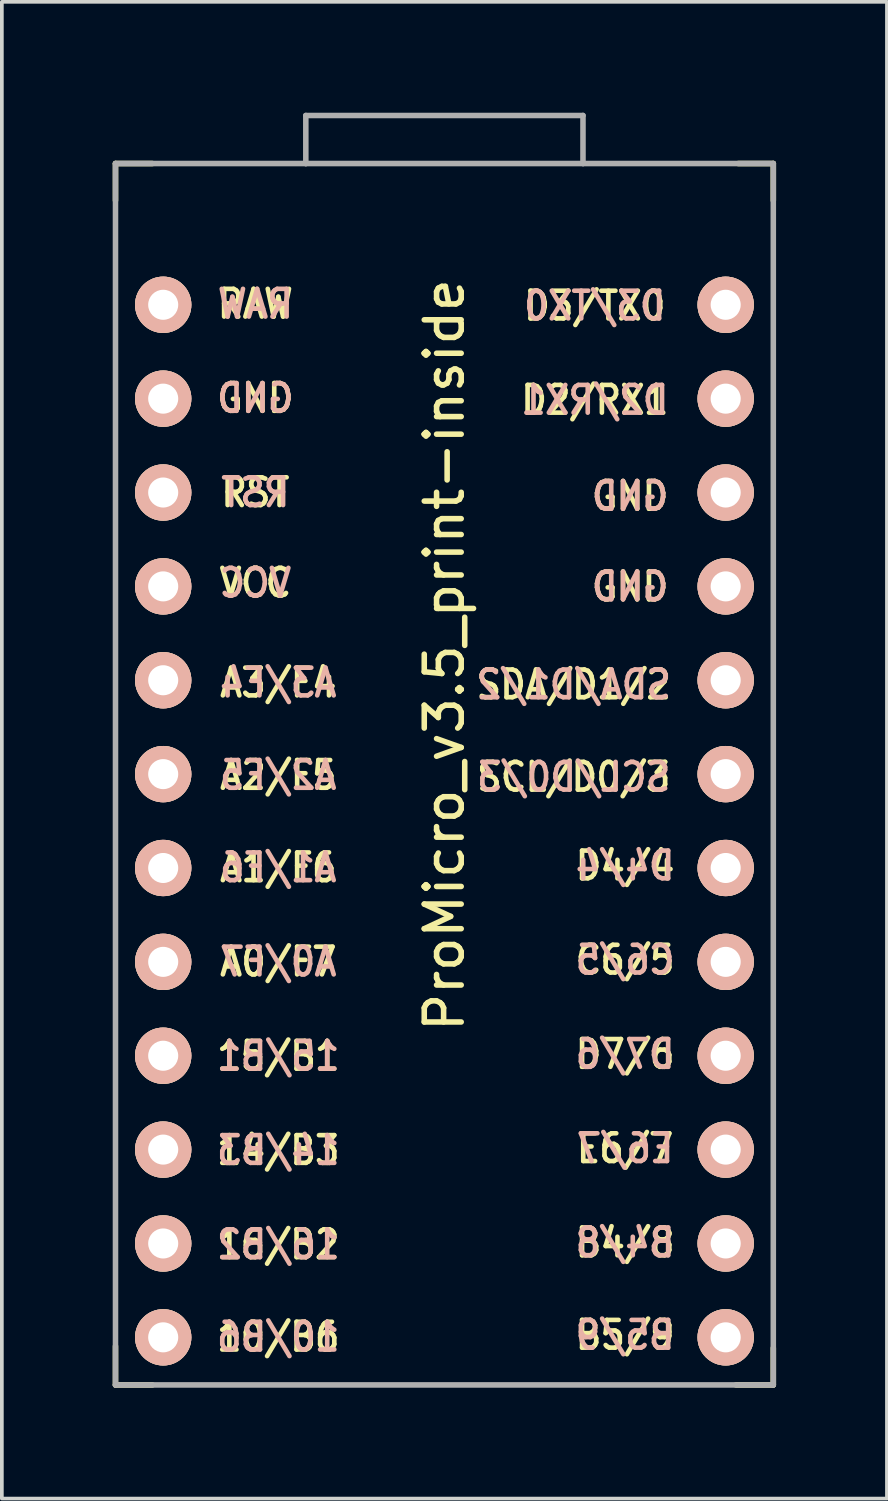
<source format=kicad_pcb>
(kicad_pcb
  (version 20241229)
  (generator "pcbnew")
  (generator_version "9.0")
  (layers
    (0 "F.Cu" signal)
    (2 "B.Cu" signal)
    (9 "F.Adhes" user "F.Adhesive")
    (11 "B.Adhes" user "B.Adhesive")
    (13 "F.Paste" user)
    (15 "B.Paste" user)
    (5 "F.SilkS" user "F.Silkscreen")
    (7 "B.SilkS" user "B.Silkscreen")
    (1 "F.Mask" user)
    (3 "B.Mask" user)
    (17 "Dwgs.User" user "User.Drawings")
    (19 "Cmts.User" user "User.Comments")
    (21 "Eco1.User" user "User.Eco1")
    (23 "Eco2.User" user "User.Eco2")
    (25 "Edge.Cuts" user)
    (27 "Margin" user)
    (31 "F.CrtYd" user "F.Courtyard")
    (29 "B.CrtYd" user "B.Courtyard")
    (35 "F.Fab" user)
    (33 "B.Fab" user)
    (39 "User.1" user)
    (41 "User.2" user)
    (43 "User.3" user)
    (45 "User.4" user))
  (footprint "ProMicro_v3.5_print-inside"
    (layer "F.Cu")
    (at 8.975 19.675)
    (property "Reference" "ProMicro_v3.5_print-inside" (at 0 -5 270) (layer "F.SilkS") (effects (font (size 1 1) (thickness 0.15))))
    (attr through_hole)
    (fp_line (start -8.9 -18.3) (end -8.9 -17.3) (stroke (width 0.15) (type solid)) (layer "F.SilkS"))
    (fp_line (start -8.9 -18.3) (end -7.9 -18.3) (stroke (width 0.15) (type solid)) (layer "F.SilkS"))
    (fp_line (start -8.9 13.7) (end -8.9 14.75) (stroke (width 0.15) (type solid)) (layer "F.SilkS"))
    (fp_line (start -8.9 14.75) (end -7.9 14.75) (stroke (width 0.15) (type solid)) (layer "F.SilkS"))
    (fp_line (start 8.9 -18.3) (end 7.95 -18.3) (stroke (width 0.15) (type solid)) (layer "F.SilkS"))
    (fp_line (start 8.9 -18.3) (end 8.9 -17.3) (stroke (width 0.15) (type solid)) (layer "F.SilkS"))
    (fp_line (start 8.9 13.75) (end 8.9 14.75) (stroke (width 0.15) (type solid)) (layer "F.SilkS"))
    (fp_line (start 8.9 14.75) (end 7.89 14.75) (stroke (width 0.15) (type solid)) (layer "F.SilkS"))
    (fp_line (start -8.9 -18.3) (end -3.75 -18.3) (stroke (width 0.15) (type solid)) (layer "F.Fab"))
    (fp_line (start -8.9 14.75) (end -8.9 -18.3) (stroke (width 0.15) (type solid)) (layer "F.Fab"))
    (fp_line (start -3.75 -19.6) (end -3.75 -18.299) (stroke (width 0.15) (type solid)) (layer "F.Fab"))
    (fp_line (start -3.75 -19.6) (end 3.75 -19.6) (stroke (width 0.15) (type solid)) (layer "F.Fab"))
    (fp_line (start -3.75 -18.3) (end 3.75 -18.3) (stroke (width 0.15) (type solid)) (layer "F.Fab"))
    (fp_line (start 3.75 -19.6) (end 3.75 -18.3) (stroke (width 0.15) (type solid)) (layer "F.Fab"))
    (fp_line (start 3.76 -18.3) (end 8.9 -18.3) (stroke (width 0.15) (type solid)) (layer "F.Fab"))
    (fp_line (start 8.9 -18.3) (end 8.9 14.75) (stroke (width 0.15) (type solid)) (layer "F.Fab"))
    (fp_line (start 8.9 14.75) (end -8.9 14.75) (stroke (width 0.15) (type solid)) (layer "F.Fab"))
    (fp_text user "C6/5" (at 4.89 3.25 0) (unlocked yes) (layer "F.SilkS") (effects (font (size 0.75 0.67) (thickness 0.125))))
    (fp_text user "SCL/D0/3" (at 3.5 -1.7 0) (unlocked yes) (layer "F.SilkS") (effects (font (size 0.75 0.67) (thickness 0.125))))
    (fp_text user "14/B3" (at -4.495 8.4 0) (unlocked yes) (layer "F.SilkS") (effects (font (size 0.75 0.67) (thickness 0.125))))
    (fp_text user "D2/RX1" (at 4.07 -11.9 0) (unlocked yes) (layer "F.SilkS") (effects (font (size 0.75 0.67) (thickness 0.125))))
    (fp_text user "VCC" (at -5.115 -6.95 0) (unlocked yes) (layer "F.SilkS") (effects (font (size 0.75 0.67) (thickness 0.125))))
    (fp_text user "RAW" (at -5.115 -14.5 0) (unlocked yes) (layer "F.SilkS") (effects (font (size 0.75 0.67) (thickness 0.125))))
    (fp_text user "E6/7" (at 4.89 8.35 0) (unlocked yes) (layer "F.SilkS") (effects (font (size 0.75 0.67) (thickness 0.125))))
    (fp_text user "15/B1" (at -4.495 5.85 0) (unlocked yes) (layer "F.SilkS") (effects (font (size 0.75 0.67) (thickness 0.125))))
    (fp_text user "A2/F5" (at -4.495 -1.75 0) (unlocked yes) (layer "F.SilkS") (effects (font (size 0.75 0.67) (thickness 0.125))))
    (fp_text user "D3/TX0" (at 4.07 -14.45 0) (unlocked yes) (layer "F.SilkS") (effects (font (size 0.75 0.67) (thickness 0.125))))
    (fp_text user "16/B2" (at -4.495 10.95 0) (unlocked yes) (layer "F.SilkS") (effects (font (size 0.75 0.67) (thickness 0.125))))
    (fp_text user "GND" (at 5.025 -9.3 0) (unlocked yes) (layer "F.SilkS") (effects (font (size 0.75 0.67) (thickness 0.125))))
    (fp_text user "SDA/D1/2" (at 3.5 -4.2 0) (unlocked yes) (layer "F.SilkS") (effects (font (size 0.75 0.67) (thickness 0.125))))
    (fp_text user "D4/4" (at 4.89 0.7 0) (unlocked yes) (layer "F.SilkS") (effects (font (size 0.75 0.67) (thickness 0.125))))
    (fp_text user "A1/F6" (at -4.495 0.75 0) (unlocked yes) (layer "F.SilkS") (effects (font (size 0.75 0.67) (thickness 0.125))))
    (fp_text user "D7/6" (at 4.89 5.8 0) (unlocked yes) (layer "F.SilkS") (effects (font (size 0.75 0.67) (thickness 0.125))))
    (fp_text user "B4/8" (at 4.89 10.9 0) (unlocked yes) (layer "F.SilkS") (effects (font (size 0.75 0.67) (thickness 0.125))))
    (fp_text user "" (at -0.545 -17.4 0) (layer "F.SilkS") (effects (font (size 1 1) (thickness 0.15))))
    (fp_text user "B5/9" (at 4.89 13.4 0) (unlocked yes) (layer "F.SilkS") (effects (font (size 0.75 0.67) (thickness 0.125))))
    (fp_text user "A0/F7" (at -4.495 3.3 0) (unlocked yes) (layer "F.SilkS") (effects (font (size 0.75 0.67) (thickness 0.125))))
    (fp_text user "GND" (at 5.025 -6.85 0) (unlocked yes) (layer "F.SilkS") (effects (font (size 0.75 0.67) (thickness 0.125))))
    (fp_text user "GND" (at -5.115 -11.95 0) (unlocked yes) (layer "F.SilkS") (effects (font (size 0.75 0.67) (thickness 0.125))))
    (fp_text user "10/B6" (at -4.495 13.45 0) (unlocked yes) (layer "F.SilkS") (effects (font (size 0.75 0.67) (thickness 0.125))))
    (fp_text user "RST" (at -5.115 -9.4 0) (unlocked yes) (layer "F.SilkS") (effects (font (size 0.75 0.67) (thickness 0.125))))
    (fp_text user "A3/F4" (at -4.495 -4.25 0) (unlocked yes) (layer "F.SilkS") (effects (font (size 0.75 0.67) (thickness 0.125))))
    (fp_text user "B4/8" (at 4.89 10.9 0) (unlocked yes) (layer "B.SilkS") (effects (font (size 0.75 0.67) (thickness 0.125)) (justify mirror)))
    (fp_text user "D3/TX0" (at 4.07 -14.45 0) (unlocked yes) (layer "B.SilkS") (effects (font (size 0.75 0.67) (thickness 0.125)) (justify mirror)))
    (fp_text user "A0/F7" (at -4.495 3.3 0) (unlocked yes) (layer "B.SilkS") (effects (font (size 0.75 0.67) (thickness 0.125)) (justify mirror)))
    (fp_text user "VCC" (at -5.115 -6.95 0) (unlocked yes) (layer "B.SilkS") (effects (font (size 0.75 0.67) (thickness 0.125)) (justify mirror)))
    (fp_text user "GND" (at -5.115 -11.95 0) (unlocked yes) (layer "B.SilkS") (effects (font (size 0.75 0.67) (thickness 0.125)) (justify mirror)))
    (fp_text user "10/B6" (at -4.495 13.45 0) (unlocked yes) (layer "B.SilkS") (effects (font (size 0.75 0.67) (thickness 0.125)) (justify mirror)))
    (fp_text user "" (at -1.252 -16.256 0) (layer "B.SilkS") (effects (font (size 1 1) (thickness 0.15)) (justify mirror)))
    (fp_text user "A2/F5" (at -4.495 -1.75 0) (unlocked yes) (layer "B.SilkS") (effects (font (size 0.75 0.67) (thickness 0.125)) (justify mirror)))
    (fp_text user "B5/9" (at 4.89 13.4 0) (unlocked yes) (layer "B.SilkS") (effects (font (size 0.75 0.67) (thickness 0.125)) (justify mirror)))
    (fp_text user "15/B1" (at -4.495 5.85 0) (unlocked yes) (layer "B.SilkS") (effects (font (size 0.75 0.67) (thickness 0.125)) (justify mirror)))
    (fp_text user "D2/RX1" (at 4.07 -11.9 0) (unlocked yes) (layer "B.SilkS") (effects (font (size 0.75 0.67) (thickness 0.125)) (justify mirror)))
    (fp_text user "SCL/D0/3" (at 3.5 -1.7 0) (unlocked yes) (layer "B.SilkS") (effects (font (size 0.75 0.67) (thickness 0.125)) (justify mirror)))
    (fp_text user "D7/6" (at 4.89 5.8 0) (unlocked yes) (layer "B.SilkS") (effects (font (size 0.75 0.67) (thickness 0.125)) (justify mirror)))
    (fp_text user "RAW" (at -5.115 -14.5 0) (unlocked yes) (layer "B.SilkS") (effects (font (size 0.75 0.67) (thickness 0.125)) (justify mirror)))
    (fp_text user "GND" (at 5.025 -6.85 0) (unlocked yes) (layer "B.SilkS") (effects (font (size 0.75 0.67) (thickness 0.125)) (justify mirror)))
    (fp_text user "GND" (at 5.025 -9.3 0) (unlocked yes) (layer "B.SilkS") (effects (font (size 0.75 0.67) (thickness 0.125)) (justify mirror)))
    (fp_text user "E6/7" (at 4.89 8.35 0) (unlocked yes) (layer "B.SilkS") (effects (font (size 0.75 0.67) (thickness 0.125)) (justify mirror)))
    (fp_text user "A3/F4" (at -4.495 -4.25 0) (unlocked yes) (layer "B.SilkS") (effects (font (size 0.75 0.67) (thickness 0.125)) (justify mirror)))
    (fp_text user "SDA/D1/2" (at 3.5 -4.2 0) (unlocked yes) (layer "B.SilkS") (effects (font (size 0.75 0.67) (thickness 0.125)) (justify mirror)))
    (fp_text user "A1/F6" (at -4.495 0.75 0) (unlocked yes) (layer "B.SilkS") (effects (font (size 0.75 0.67) (thickness 0.125)) (justify mirror)))
    (fp_text user "C6/5" (at 4.89 3.25 0) (unlocked yes) (layer "B.SilkS") (effects (font (size 0.75 0.67) (thickness 0.125)) (justify mirror)))
    (fp_text user "RST" (at -5.115 -9.4 0) (unlocked yes) (layer "B.SilkS") (effects (font (size 0.75 0.67) (thickness 0.125)) (justify mirror)))
    (fp_text user "D4/4" (at 4.89 0.7 0) (unlocked yes) (layer "B.SilkS") (effects (font (size 0.75 0.67) (thickness 0.125)) (justify mirror)))
    (fp_text user "16/B2" (at -4.495 10.95 0) (unlocked yes) (layer "B.SilkS") (effects (font (size 0.75 0.67) (thickness 0.125)) (justify mirror)))
    (fp_text user "14/B3" (at -4.495 8.4 0) (unlocked yes) (layer "B.SilkS") (effects (font (size 0.75 0.67) (thickness 0.125)) (justify mirror)))
    (pad "1" thru_hole circle (at 7.611 -14.478) (size 1.524 1.524) (drill 0.813) (layers "*.Cu" "*.SilkS" "*.Mask"))
    (pad "2" thru_hole circle (at 7.611 -11.938) (size 1.524 1.524) (drill 0.813) (layers "*.Cu" "*.SilkS" "*.Mask"))
    (pad "3" thru_hole circle (at 7.611 -9.398) (size 1.524 1.524) (drill 0.813) (layers "*.Cu" "*.SilkS" "*.Mask"))
    (pad "4" thru_hole circle (at 7.611 -6.858) (size 1.524 1.524) (drill 0.813) (layers "*.Cu" "*.SilkS" "*.Mask"))
    (pad "5" thru_hole circle (at 7.611 -4.318) (size 1.524 1.524) (drill 0.813) (layers "*.Cu" "*.SilkS" "*.Mask"))
    (pad "6" thru_hole circle (at 7.611 -1.778) (size 1.524 1.524) (drill 0.813) (layers "*.Cu" "*.SilkS" "*.Mask"))
    (pad "7" thru_hole circle (at 7.611 0.762) (size 1.524 1.524) (drill 0.813) (layers "*.Cu" "*.SilkS" "*.Mask"))
    (pad "8" thru_hole circle (at 7.611 3.302) (size 1.524 1.524) (drill 0.813) (layers "*.Cu" "*.SilkS" "*.Mask"))
    (pad "9" thru_hole circle (at 7.611 5.842) (size 1.524 1.524) (drill 0.813) (layers "*.Cu" "*.SilkS" "*.Mask"))
    (pad "10" thru_hole circle (at 7.611 8.382) (size 1.524 1.524) (drill 0.813) (layers "*.Cu" "*.SilkS" "*.Mask"))
    (pad "11" thru_hole circle (at 7.611 10.922) (size 1.524 1.524) (drill 0.813) (layers "*.Cu" "*.SilkS" "*.Mask"))
    (pad "12" thru_hole circle (at 7.611 13.462) (size 1.524 1.524) (drill 0.813) (layers "*.Cu" "*.SilkS" "*.Mask"))
    (pad "13" thru_hole circle (at -7.609 13.462) (size 1.524 1.524) (drill 0.813) (layers "*.Cu" "*.SilkS" "*.Mask"))
    (pad "14" thru_hole circle (at -7.609 10.922) (size 1.524 1.524) (drill 0.813) (layers "*.Cu" "*.SilkS" "*.Mask"))
    (pad "15" thru_hole circle (at -7.609 8.382) (size 1.524 1.524) (drill 0.813) (layers "*.Cu" "*.SilkS" "*.Mask"))
    (pad "16" thru_hole circle (at -7.609 5.842) (size 1.524 1.524) (drill 0.813) (layers "*.Cu" "*.SilkS" "*.Mask"))
    (pad "17" thru_hole circle (at -7.609 3.302) (size 1.524 1.524) (drill 0.813) (layers "*.Cu" "*.SilkS" "*.Mask"))
    (pad "18" thru_hole circle (at -7.609 0.762) (size 1.524 1.524) (drill 0.813) (layers "*.Cu" "*.SilkS" "*.Mask"))
    (pad "19" thru_hole circle (at -7.609 -1.778) (size 1.524 1.524) (drill 0.813) (layers "*.Cu" "*.SilkS" "*.Mask"))
    (pad "20" thru_hole circle (at -7.609 -4.318) (size 1.524 1.524) (drill 0.813) (layers "*.Cu" "*.SilkS" "*.Mask"))
    (pad "21" thru_hole circle (at -7.609 -6.858) (size 1.524 1.524) (drill 0.813) (layers "*.Cu" "*.SilkS" "*.Mask"))
    (pad "22" thru_hole circle (at -7.609 -9.398) (size 1.524 1.524) (drill 0.813) (layers "*.Cu" "*.SilkS" "*.Mask"))
    (pad "23" thru_hole circle (at -7.609 -11.938) (size 1.524 1.524) (drill 0.813) (layers "*.Cu" "*.SilkS" "*.Mask"))
    (pad "24" thru_hole circle (at -7.609 -14.478) (size 1.524 1.524) (drill 0.813) (layers "*.Cu" "*.SilkS" "*.Mask")))
  (gr_rect
    (start -3 -3)
    (end 20.95 37.5)
    (stroke (width 0.1) (type default))
    (fill no)
    (layer "Edge.Cuts")))
</source>
